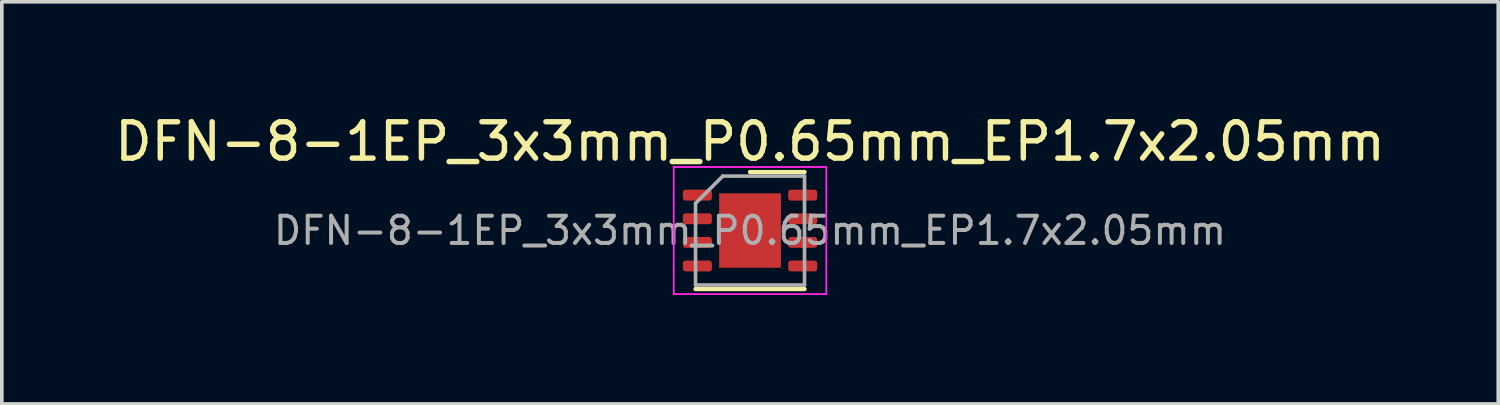
<source format=kicad_pcb>
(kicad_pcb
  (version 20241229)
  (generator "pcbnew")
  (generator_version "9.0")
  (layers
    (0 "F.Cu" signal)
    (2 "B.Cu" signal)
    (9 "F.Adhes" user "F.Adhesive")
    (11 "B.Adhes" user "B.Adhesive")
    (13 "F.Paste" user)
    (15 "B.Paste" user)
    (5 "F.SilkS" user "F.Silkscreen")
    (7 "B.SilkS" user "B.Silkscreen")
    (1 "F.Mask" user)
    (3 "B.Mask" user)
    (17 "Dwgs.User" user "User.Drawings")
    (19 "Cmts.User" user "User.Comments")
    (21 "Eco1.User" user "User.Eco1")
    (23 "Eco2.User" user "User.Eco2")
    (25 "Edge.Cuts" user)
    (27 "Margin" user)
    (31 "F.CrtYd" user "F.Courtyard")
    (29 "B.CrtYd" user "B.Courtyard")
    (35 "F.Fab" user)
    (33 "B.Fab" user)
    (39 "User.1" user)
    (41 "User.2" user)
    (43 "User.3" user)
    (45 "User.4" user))
  (footprint "DFN-8-1EP_3x3mm_P0.65mm_EP1.7x2.05mm"
    (layer "F.Cu")
    (at 17.601 3.298)
    (property "Reference" "DFN-8-1EP_3x3mm_P0.65mm_EP1.7x2.05mm" (at 0 -2.45 0) (layer "F.SilkS") (effects (font (size 1 1) (thickness 0.15))))
    (attr smd)
    (fp_line (start -1.5 1.61) (end 1.5 1.61) (stroke (width 0.12) (type solid)) (layer "F.SilkS"))
    (fp_line (start 0 -1.61) (end 1.5 -1.61) (stroke (width 0.12) (type solid)) (layer "F.SilkS"))
    (fp_line (start -2.1 -1.75) (end -2.1 1.75) (stroke (width 0.05) (type solid)) (layer "F.CrtYd"))
    (fp_line (start -2.1 1.75) (end 2.1 1.75) (stroke (width 0.05) (type solid)) (layer "F.CrtYd"))
    (fp_line (start 2.1 -1.75) (end -2.1 -1.75) (stroke (width 0.05) (type solid)) (layer "F.CrtYd"))
    (fp_line (start 2.1 1.75) (end 2.1 -1.75) (stroke (width 0.05) (type solid)) (layer "F.CrtYd"))
    (fp_line (start -1.5 -0.75) (end -0.75 -1.5) (stroke (width 0.1) (type solid)) (layer "F.Fab"))
    (fp_line (start -1.5 1.5) (end -1.5 -0.75) (stroke (width 0.1) (type solid)) (layer "F.Fab"))
    (fp_line (start -0.75 -1.5) (end 1.5 -1.5) (stroke (width 0.1) (type solid)) (layer "F.Fab"))
    (fp_line (start 1.5 -1.5) (end 1.5 1.5) (stroke (width 0.1) (type solid)) (layer "F.Fab"))
    (fp_line (start 1.5 1.5) (end -1.5 1.5) (stroke (width 0.1) (type solid)) (layer "F.Fab"))
    (fp_text user "${REFERENCE}" (at 0 0 0) (layer "F.Fab") (effects (font (size 0.75 0.75) (thickness 0.11))))
    (pad "" smd roundrect (at -0.425 -0.51) (size 0.69 0.83) (layers "F.Paste") (roundrect_rratio 0.25))
    (pad "" smd roundrect (at -0.425 0.51) (size 0.69 0.83) (layers "F.Paste") (roundrect_rratio 0.25))
    (pad "" smd roundrect (at 0.425 -0.51) (size 0.69 0.83) (layers "F.Paste") (roundrect_rratio 0.25))
    (pad "" smd roundrect (at 0.425 0.51) (size 0.69 0.83) (layers "F.Paste") (roundrect_rratio 0.25))
    (pad "1" smd roundrect (at -1.45 -0.975) (size 0.8 0.3) (layers "F.Cu" "F.Mask" "F.Paste") (roundrect_rratio 0.25))
    (pad "1" smd roundrect (at -1.45 -0.325) (size 0.8 0.3) (layers "F.Cu" "F.Mask" "F.Paste") (roundrect_rratio 0.25))
    (pad "1" smd roundrect (at -1.45 0.325) (size 0.8 0.3) (layers "F.Cu" "F.Mask" "F.Paste") (roundrect_rratio 0.25))
    (pad "2" smd roundrect (at -1.45 0.975) (size 0.8 0.3) (layers "F.Cu" "F.Mask" "F.Paste") (roundrect_rratio 0.25))
    (pad "3" smd rect (at 0 0) (size 1.7 2.05) (layers "F.Cu" "F.Mask"))
    (pad "3" smd roundrect (at 1.45 -0.975) (size 0.8 0.3) (layers "F.Cu" "F.Mask" "F.Paste") (roundrect_rratio 0.25))
    (pad "3" smd roundrect (at 1.45 -0.325) (size 0.8 0.3) (layers "F.Cu" "F.Mask" "F.Paste") (roundrect_rratio 0.25))
    (pad "3" smd roundrect (at 1.45 0.325) (size 0.8 0.3) (layers "F.Cu" "F.Mask" "F.Paste") (roundrect_rratio 0.25))
    (pad "3" smd roundrect (at 1.45 0.975) (size 0.8 0.3) (layers "F.Cu" "F.Mask" "F.Paste") (roundrect_rratio 0.25)))
  (gr_rect
    (start -3 -3)
    (end 38.202 8.073)
    (stroke (width 0.1) (type default))
    (fill no)
    (layer "Edge.Cuts")))
</source>
